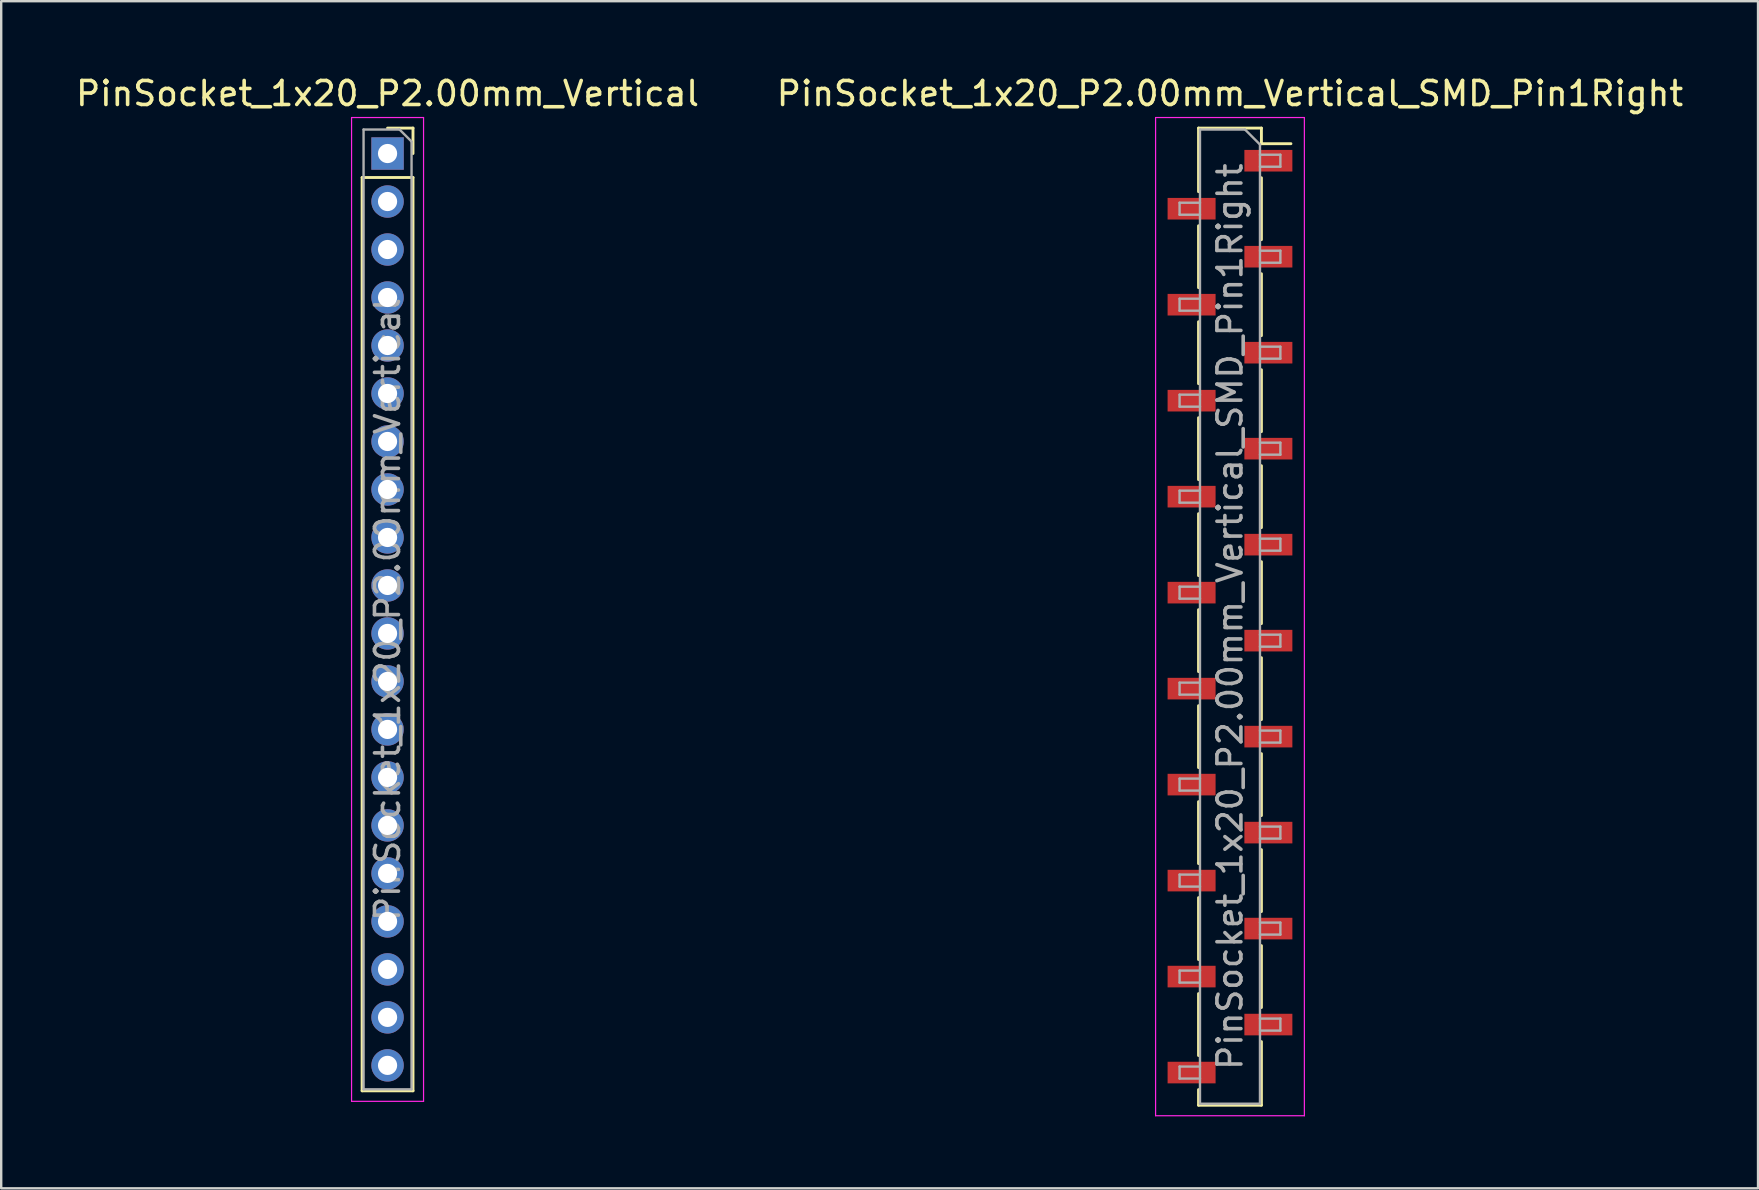
<source format=kicad_pcb>
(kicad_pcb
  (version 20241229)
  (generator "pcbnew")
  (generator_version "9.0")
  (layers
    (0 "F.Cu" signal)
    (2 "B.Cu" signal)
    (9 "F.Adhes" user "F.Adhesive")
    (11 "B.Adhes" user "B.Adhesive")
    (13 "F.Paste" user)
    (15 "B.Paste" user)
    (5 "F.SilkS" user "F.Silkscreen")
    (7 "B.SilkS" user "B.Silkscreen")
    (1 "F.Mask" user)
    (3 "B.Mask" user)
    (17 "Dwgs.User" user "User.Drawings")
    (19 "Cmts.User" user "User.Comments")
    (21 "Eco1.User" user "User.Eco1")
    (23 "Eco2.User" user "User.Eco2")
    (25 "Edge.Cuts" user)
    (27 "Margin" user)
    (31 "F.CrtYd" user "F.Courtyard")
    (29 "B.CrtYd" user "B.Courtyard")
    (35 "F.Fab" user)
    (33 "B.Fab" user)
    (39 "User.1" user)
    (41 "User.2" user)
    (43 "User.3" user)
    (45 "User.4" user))
  (footprint "PinSocket_1x20_P2.00mm_Vertical"
    (layer "F.Cu")
    (at 13.101 3.348)
    (property "Reference" "PinSocket_1x20_P2.00mm_Vertical" (at 0 -2.5 0) (layer "F.SilkS") (effects (font (size 1 1) (thickness 0.15))))
    (attr through_hole)
    (fp_line (start -1.06 1) (end -1.06 39.06) (stroke (width 0.12) (type solid)) (layer "F.SilkS"))
    (fp_line (start -1.06 1) (end 1.06 1) (stroke (width 0.12) (type solid)) (layer "F.SilkS"))
    (fp_line (start -1.06 39.06) (end 1.06 39.06) (stroke (width 0.12) (type solid)) (layer "F.SilkS"))
    (fp_line (start 0 -1.06) (end 1.06 -1.06) (stroke (width 0.12) (type solid)) (layer "F.SilkS"))
    (fp_line (start 1.06 -1.06) (end 1.06 0) (stroke (width 0.12) (type solid)) (layer "F.SilkS"))
    (fp_line (start 1.06 1) (end 1.06 39.06) (stroke (width 0.12) (type solid)) (layer "F.SilkS"))
    (fp_line (start -1.5 -1.5) (end 1.5 -1.5) (stroke (width 0.05) (type solid)) (layer "F.CrtYd"))
    (fp_line (start -1.5 39.5) (end -1.5 -1.5) (stroke (width 0.05) (type solid)) (layer "F.CrtYd"))
    (fp_line (start 1.5 -1.5) (end 1.5 39.5) (stroke (width 0.05) (type solid)) (layer "F.CrtYd"))
    (fp_line (start 1.5 39.5) (end -1.5 39.5) (stroke (width 0.05) (type solid)) (layer "F.CrtYd"))
    (fp_line (start -1 -1) (end 0.5 -1) (stroke (width 0.1) (type solid)) (layer "F.Fab"))
    (fp_line (start -1 39) (end -1 -1) (stroke (width 0.1) (type solid)) (layer "F.Fab"))
    (fp_line (start 0.5 -1) (end 1 -0.5) (stroke (width 0.1) (type solid)) (layer "F.Fab"))
    (fp_line (start 1 -0.5) (end 1 39) (stroke (width 0.1) (type solid)) (layer "F.Fab"))
    (fp_line (start 1 39) (end -1 39) (stroke (width 0.1) (type solid)) (layer "F.Fab"))
    (fp_text user "${REFERENCE}" (at 0 19 90) (layer "F.Fab") (effects (font (size 1 1) (thickness 0.15))))
    (pad "1" thru_hole rect (at 0 0) (size 1.35 1.35) (drill 0.8) (layers "*.Cu" "*.Mask"))
    (pad "2" thru_hole circle (at 0 2) (size 1.35 1.35) (drill 0.8) (layers "*.Cu" "*.Mask"))
    (pad "3" thru_hole circle (at 0 4) (size 1.35 1.35) (drill 0.8) (layers "*.Cu" "*.Mask"))
    (pad "4" thru_hole circle (at 0 6) (size 1.35 1.35) (drill 0.8) (layers "*.Cu" "*.Mask"))
    (pad "5" thru_hole circle (at 0 8) (size 1.35 1.35) (drill 0.8) (layers "*.Cu" "*.Mask"))
    (pad "6" thru_hole circle (at 0 10) (size 1.35 1.35) (drill 0.8) (layers "*.Cu" "*.Mask"))
    (pad "7" thru_hole circle (at 0 12) (size 1.35 1.35) (drill 0.8) (layers "*.Cu" "*.Mask"))
    (pad "8" thru_hole circle (at 0 14) (size 1.35 1.35) (drill 0.8) (layers "*.Cu" "*.Mask"))
    (pad "9" thru_hole circle (at 0 16) (size 1.35 1.35) (drill 0.8) (layers "*.Cu" "*.Mask"))
    (pad "10" thru_hole circle (at 0 18) (size 1.35 1.35) (drill 0.8) (layers "*.Cu" "*.Mask"))
    (pad "11" thru_hole circle (at 0 20) (size 1.35 1.35) (drill 0.8) (layers "*.Cu" "*.Mask"))
    (pad "12" thru_hole circle (at 0 22) (size 1.35 1.35) (drill 0.8) (layers "*.Cu" "*.Mask"))
    (pad "13" thru_hole circle (at 0 24) (size 1.35 1.35) (drill 0.8) (layers "*.Cu" "*.Mask"))
    (pad "14" thru_hole circle (at 0 26) (size 1.35 1.35) (drill 0.8) (layers "*.Cu" "*.Mask"))
    (pad "15" thru_hole circle (at 0 28) (size 1.35 1.35) (drill 0.8) (layers "*.Cu" "*.Mask"))
    (pad "16" thru_hole circle (at 0 30) (size 1.35 1.35) (drill 0.8) (layers "*.Cu" "*.Mask"))
    (pad "17" thru_hole circle (at 0 32) (size 1.35 1.35) (drill 0.8) (layers "*.Cu" "*.Mask"))
    (pad "18" thru_hole circle (at 0 34) (size 1.35 1.35) (drill 0.8) (layers "*.Cu" "*.Mask"))
    (pad "19" thru_hole circle (at 0 36) (size 1.35 1.35) (drill 0.8) (layers "*.Cu" "*.Mask"))
    (pad "20" thru_hole circle (at 0 38) (size 1.35 1.35) (drill 0.8) (layers "*.Cu" "*.Mask")))
  (footprint "PinSocket_1x20_P2.00mm_Vertical_SMD_Pin1Right"
    (layer "F.Cu")
    (at 48.208 22.648)
    (property "Reference" "PinSocket_1x20_P2.00mm_Vertical_SMD_Pin1Right" (at 0 -21.8 0) (layer "F.SilkS") (effects (font (size 1 1) (thickness 0.15))))
    (attr smd)
    (fp_line (start -1.31 -20.36) (end -1.31 -17.71) (stroke (width 0.12) (type solid)) (layer "F.SilkS"))
    (fp_line (start -1.31 -20.36) (end 1.31 -20.36) (stroke (width 0.12) (type solid)) (layer "F.SilkS"))
    (fp_line (start -1.31 -16.29) (end -1.31 -13.71) (stroke (width 0.12) (type solid)) (layer "F.SilkS"))
    (fp_line (start -1.31 -12.29) (end -1.31 -9.71) (stroke (width 0.12) (type solid)) (layer "F.SilkS"))
    (fp_line (start -1.31 -8.29) (end -1.31 -5.71) (stroke (width 0.12) (type solid)) (layer "F.SilkS"))
    (fp_line (start -1.31 -4.29) (end -1.31 -1.71) (stroke (width 0.12) (type solid)) (layer "F.SilkS"))
    (fp_line (start -1.31 -0.29) (end -1.31 2.29) (stroke (width 0.12) (type solid)) (layer "F.SilkS"))
    (fp_line (start -1.31 3.71) (end -1.31 6.29) (stroke (width 0.12) (type solid)) (layer "F.SilkS"))
    (fp_line (start -1.31 7.71) (end -1.31 10.29) (stroke (width 0.12) (type solid)) (layer "F.SilkS"))
    (fp_line (start -1.31 11.71) (end -1.31 14.29) (stroke (width 0.12) (type solid)) (layer "F.SilkS"))
    (fp_line (start -1.31 15.71) (end -1.31 18.29) (stroke (width 0.12) (type solid)) (layer "F.SilkS"))
    (fp_line (start -1.31 19.71) (end -1.31 20.36) (stroke (width 0.12) (type solid)) (layer "F.SilkS"))
    (fp_line (start -1.31 20.36) (end 1.31 20.36) (stroke (width 0.12) (type solid)) (layer "F.SilkS"))
    (fp_line (start 1.31 -20.36) (end 1.31 -19.71) (stroke (width 0.12) (type solid)) (layer "F.SilkS"))
    (fp_line (start 1.31 -19.71) (end 2.54 -19.71) (stroke (width 0.12) (type solid)) (layer "F.SilkS"))
    (fp_line (start 1.31 -18.29) (end 1.31 -15.71) (stroke (width 0.12) (type solid)) (layer "F.SilkS"))
    (fp_line (start 1.31 -14.29) (end 1.31 -11.71) (stroke (width 0.12) (type solid)) (layer "F.SilkS"))
    (fp_line (start 1.31 -10.29) (end 1.31 -7.71) (stroke (width 0.12) (type solid)) (layer "F.SilkS"))
    (fp_line (start 1.31 -6.29) (end 1.31 -3.71) (stroke (width 0.12) (type solid)) (layer "F.SilkS"))
    (fp_line (start 1.31 -2.29) (end 1.31 0.29) (stroke (width 0.12) (type solid)) (layer "F.SilkS"))
    (fp_line (start 1.31 1.71) (end 1.31 4.29) (stroke (width 0.12) (type solid)) (layer "F.SilkS"))
    (fp_line (start 1.31 5.71) (end 1.31 8.29) (stroke (width 0.12) (type solid)) (layer "F.SilkS"))
    (fp_line (start 1.31 9.71) (end 1.31 12.29) (stroke (width 0.12) (type solid)) (layer "F.SilkS"))
    (fp_line (start 1.31 13.71) (end 1.31 16.29) (stroke (width 0.12) (type solid)) (layer "F.SilkS"))
    (fp_line (start 1.31 17.71) (end 1.31 20.36) (stroke (width 0.12) (type solid)) (layer "F.SilkS"))
    (fp_line (start -3.1 -20.8) (end 3.1 -20.8) (stroke (width 0.05) (type solid)) (layer "F.CrtYd"))
    (fp_line (start -3.1 20.8) (end -3.1 -20.8) (stroke (width 0.05) (type solid)) (layer "F.CrtYd"))
    (fp_line (start 3.1 -20.8) (end 3.1 20.8) (stroke (width 0.05) (type solid)) (layer "F.CrtYd"))
    (fp_line (start 3.1 20.8) (end -3.1 20.8) (stroke (width 0.05) (type solid)) (layer "F.CrtYd"))
    (fp_line (start -2.1 -17.25) (end -1.25 -17.25) (stroke (width 0.1) (type solid)) (layer "F.Fab"))
    (fp_line (start -2.1 -16.75) (end -2.1 -17.25) (stroke (width 0.1) (type solid)) (layer "F.Fab"))
    (fp_line (start -2.1 -13.25) (end -1.25 -13.25) (stroke (width 0.1) (type solid)) (layer "F.Fab"))
    (fp_line (start -2.1 -12.75) (end -2.1 -13.25) (stroke (width 0.1) (type solid)) (layer "F.Fab"))
    (fp_line (start -2.1 -9.25) (end -1.25 -9.25) (stroke (width 0.1) (type solid)) (layer "F.Fab"))
    (fp_line (start -2.1 -8.75) (end -2.1 -9.25) (stroke (width 0.1) (type solid)) (layer "F.Fab"))
    (fp_line (start -2.1 -5.25) (end -1.25 -5.25) (stroke (width 0.1) (type solid)) (layer "F.Fab"))
    (fp_line (start -2.1 -4.75) (end -2.1 -5.25) (stroke (width 0.1) (type solid)) (layer "F.Fab"))
    (fp_line (start -2.1 -1.25) (end -1.25 -1.25) (stroke (width 0.1) (type solid)) (layer "F.Fab"))
    (fp_line (start -2.1 -0.75) (end -2.1 -1.25) (stroke (width 0.1) (type solid)) (layer "F.Fab"))
    (fp_line (start -2.1 2.75) (end -1.25 2.75) (stroke (width 0.1) (type solid)) (layer "F.Fab"))
    (fp_line (start -2.1 3.25) (end -2.1 2.75) (stroke (width 0.1) (type solid)) (layer "F.Fab"))
    (fp_line (start -2.1 6.75) (end -1.25 6.75) (stroke (width 0.1) (type solid)) (layer "F.Fab"))
    (fp_line (start -2.1 7.25) (end -2.1 6.75) (stroke (width 0.1) (type solid)) (layer "F.Fab"))
    (fp_line (start -2.1 10.75) (end -1.25 10.75) (stroke (width 0.1) (type solid)) (layer "F.Fab"))
    (fp_line (start -2.1 11.25) (end -2.1 10.75) (stroke (width 0.1) (type solid)) (layer "F.Fab"))
    (fp_line (start -2.1 14.75) (end -1.25 14.75) (stroke (width 0.1) (type solid)) (layer "F.Fab"))
    (fp_line (start -2.1 15.25) (end -2.1 14.75) (stroke (width 0.1) (type solid)) (layer "F.Fab"))
    (fp_line (start -2.1 18.75) (end -1.25 18.75) (stroke (width 0.1) (type solid)) (layer "F.Fab"))
    (fp_line (start -2.1 19.25) (end -2.1 18.75) (stroke (width 0.1) (type solid)) (layer "F.Fab"))
    (fp_line (start -1.25 -20.3) (end 0.625 -20.3) (stroke (width 0.1) (type solid)) (layer "F.Fab"))
    (fp_line (start -1.25 -16.75) (end -2.1 -16.75) (stroke (width 0.1) (type solid)) (layer "F.Fab"))
    (fp_line (start -1.25 -12.75) (end -2.1 -12.75) (stroke (width 0.1) (type solid)) (layer "F.Fab"))
    (fp_line (start -1.25 -8.75) (end -2.1 -8.75) (stroke (width 0.1) (type solid)) (layer "F.Fab"))
    (fp_line (start -1.25 -4.75) (end -2.1 -4.75) (stroke (width 0.1) (type solid)) (layer "F.Fab"))
    (fp_line (start -1.25 -0.75) (end -2.1 -0.75) (stroke (width 0.1) (type solid)) (layer "F.Fab"))
    (fp_line (start -1.25 3.25) (end -2.1 3.25) (stroke (width 0.1) (type solid)) (layer "F.Fab"))
    (fp_line (start -1.25 7.25) (end -2.1 7.25) (stroke (width 0.1) (type solid)) (layer "F.Fab"))
    (fp_line (start -1.25 11.25) (end -2.1 11.25) (stroke (width 0.1) (type solid)) (layer "F.Fab"))
    (fp_line (start -1.25 15.25) (end -2.1 15.25) (stroke (width 0.1) (type solid)) (layer "F.Fab"))
    (fp_line (start -1.25 19.25) (end -2.1 19.25) (stroke (width 0.1) (type solid)) (layer "F.Fab"))
    (fp_line (start -1.25 20.3) (end -1.25 -20.3) (stroke (width 0.1) (type solid)) (layer "F.Fab"))
    (fp_line (start 0.625 -20.3) (end 1.25 -19.675) (stroke (width 0.1) (type solid)) (layer "F.Fab"))
    (fp_line (start 1.25 -19.675) (end 1.25 20.3) (stroke (width 0.1) (type solid)) (layer "F.Fab"))
    (fp_line (start 1.25 -19.25) (end 2.1 -19.25) (stroke (width 0.1) (type solid)) (layer "F.Fab"))
    (fp_line (start 1.25 -15.25) (end 2.1 -15.25) (stroke (width 0.1) (type solid)) (layer "F.Fab"))
    (fp_line (start 1.25 -11.25) (end 2.1 -11.25) (stroke (width 0.1) (type solid)) (layer "F.Fab"))
    (fp_line (start 1.25 -7.25) (end 2.1 -7.25) (stroke (width 0.1) (type solid)) (layer "F.Fab"))
    (fp_line (start 1.25 -3.25) (end 2.1 -3.25) (stroke (width 0.1) (type solid)) (layer "F.Fab"))
    (fp_line (start 1.25 0.75) (end 2.1 0.75) (stroke (width 0.1) (type solid)) (layer "F.Fab"))
    (fp_line (start 1.25 4.75) (end 2.1 4.75) (stroke (width 0.1) (type solid)) (layer "F.Fab"))
    (fp_line (start 1.25 8.75) (end 2.1 8.75) (stroke (width 0.1) (type solid)) (layer "F.Fab"))
    (fp_line (start 1.25 12.75) (end 2.1 12.75) (stroke (width 0.1) (type solid)) (layer "F.Fab"))
    (fp_line (start 1.25 16.75) (end 2.1 16.75) (stroke (width 0.1) (type solid)) (layer "F.Fab"))
    (fp_line (start 1.25 20.3) (end -1.25 20.3) (stroke (width 0.1) (type solid)) (layer "F.Fab"))
    (fp_line (start 2.1 -19.25) (end 2.1 -18.75) (stroke (width 0.1) (type solid)) (layer "F.Fab"))
    (fp_line (start 2.1 -18.75) (end 1.25 -18.75) (stroke (width 0.1) (type solid)) (layer "F.Fab"))
    (fp_line (start 2.1 -15.25) (end 2.1 -14.75) (stroke (width 0.1) (type solid)) (layer "F.Fab"))
    (fp_line (start 2.1 -14.75) (end 1.25 -14.75) (stroke (width 0.1) (type solid)) (layer "F.Fab"))
    (fp_line (start 2.1 -11.25) (end 2.1 -10.75) (stroke (width 0.1) (type solid)) (layer "F.Fab"))
    (fp_line (start 2.1 -10.75) (end 1.25 -10.75) (stroke (width 0.1) (type solid)) (layer "F.Fab"))
    (fp_line (start 2.1 -7.25) (end 2.1 -6.75) (stroke (width 0.1) (type solid)) (layer "F.Fab"))
    (fp_line (start 2.1 -6.75) (end 1.25 -6.75) (stroke (width 0.1) (type solid)) (layer "F.Fab"))
    (fp_line (start 2.1 -3.25) (end 2.1 -2.75) (stroke (width 0.1) (type solid)) (layer "F.Fab"))
    (fp_line (start 2.1 -2.75) (end 1.25 -2.75) (stroke (width 0.1) (type solid)) (layer "F.Fab"))
    (fp_line (start 2.1 0.75) (end 2.1 1.25) (stroke (width 0.1) (type solid)) (layer "F.Fab"))
    (fp_line (start 2.1 1.25) (end 1.25 1.25) (stroke (width 0.1) (type solid)) (layer "F.Fab"))
    (fp_line (start 2.1 4.75) (end 2.1 5.25) (stroke (width 0.1) (type solid)) (layer "F.Fab"))
    (fp_line (start 2.1 5.25) (end 1.25 5.25) (stroke (width 0.1) (type solid)) (layer "F.Fab"))
    (fp_line (start 2.1 8.75) (end 2.1 9.25) (stroke (width 0.1) (type solid)) (layer "F.Fab"))
    (fp_line (start 2.1 9.25) (end 1.25 9.25) (stroke (width 0.1) (type solid)) (layer "F.Fab"))
    (fp_line (start 2.1 12.75) (end 2.1 13.25) (stroke (width 0.1) (type solid)) (layer "F.Fab"))
    (fp_line (start 2.1 13.25) (end 1.25 13.25) (stroke (width 0.1) (type solid)) (layer "F.Fab"))
    (fp_line (start 2.1 16.75) (end 2.1 17.25) (stroke (width 0.1) (type solid)) (layer "F.Fab"))
    (fp_line (start 2.1 17.25) (end 1.25 17.25) (stroke (width 0.1) (type solid)) (layer "F.Fab"))
    (fp_text user "${REFERENCE}" (at 0 0 90) (layer "F.Fab") (effects (font (size 1 1) (thickness 0.15))))
    (pad "1" smd rect (at 1.6 -19) (size 2 0.9) (layers "F.Cu" "F.Mask" "F.Paste"))
    (pad "2" smd rect (at -1.6 -17) (size 2 0.9) (layers "F.Cu" "F.Mask" "F.Paste"))
    (pad "3" smd rect (at 1.6 -15) (size 2 0.9) (layers "F.Cu" "F.Mask" "F.Paste"))
    (pad "4" smd rect (at -1.6 -13) (size 2 0.9) (layers "F.Cu" "F.Mask" "F.Paste"))
    (pad "5" smd rect (at 1.6 -11) (size 2 0.9) (layers "F.Cu" "F.Mask" "F.Paste"))
    (pad "6" smd rect (at -1.6 -9) (size 2 0.9) (layers "F.Cu" "F.Mask" "F.Paste"))
    (pad "7" smd rect (at 1.6 -7) (size 2 0.9) (layers "F.Cu" "F.Mask" "F.Paste"))
    (pad "8" smd rect (at -1.6 -5) (size 2 0.9) (layers "F.Cu" "F.Mask" "F.Paste"))
    (pad "9" smd rect (at 1.6 -3) (size 2 0.9) (layers "F.Cu" "F.Mask" "F.Paste"))
    (pad "10" smd rect (at -1.6 -1) (size 2 0.9) (layers "F.Cu" "F.Mask" "F.Paste"))
    (pad "11" smd rect (at 1.6 1) (size 2 0.9) (layers "F.Cu" "F.Mask" "F.Paste"))
    (pad "12" smd rect (at -1.6 3) (size 2 0.9) (layers "F.Cu" "F.Mask" "F.Paste"))
    (pad "13" smd rect (at 1.6 5) (size 2 0.9) (layers "F.Cu" "F.Mask" "F.Paste"))
    (pad "14" smd rect (at -1.6 7) (size 2 0.9) (layers "F.Cu" "F.Mask" "F.Paste"))
    (pad "15" smd rect (at 1.6 9) (size 2 0.9) (layers "F.Cu" "F.Mask" "F.Paste"))
    (pad "16" smd rect (at -1.6 11) (size 2 0.9) (layers "F.Cu" "F.Mask" "F.Paste"))
    (pad "17" smd rect (at 1.6 13) (size 2 0.9) (layers "F.Cu" "F.Mask" "F.Paste"))
    (pad "18" smd rect (at -1.6 15) (size 2 0.9) (layers "F.Cu" "F.Mask" "F.Paste"))
    (pad "19" smd rect (at 1.6 17) (size 2 0.9) (layers "F.Cu" "F.Mask" "F.Paste"))
    (pad "20" smd rect (at -1.6 19) (size 2 0.9) (layers "F.Cu" "F.Mask" "F.Paste")))
  (gr_rect
    (start -3 -3)
    (end 70.214 46.473)
    (stroke (width 0.1) (type default))
    (fill no)
    (layer "Edge.Cuts")))
</source>
